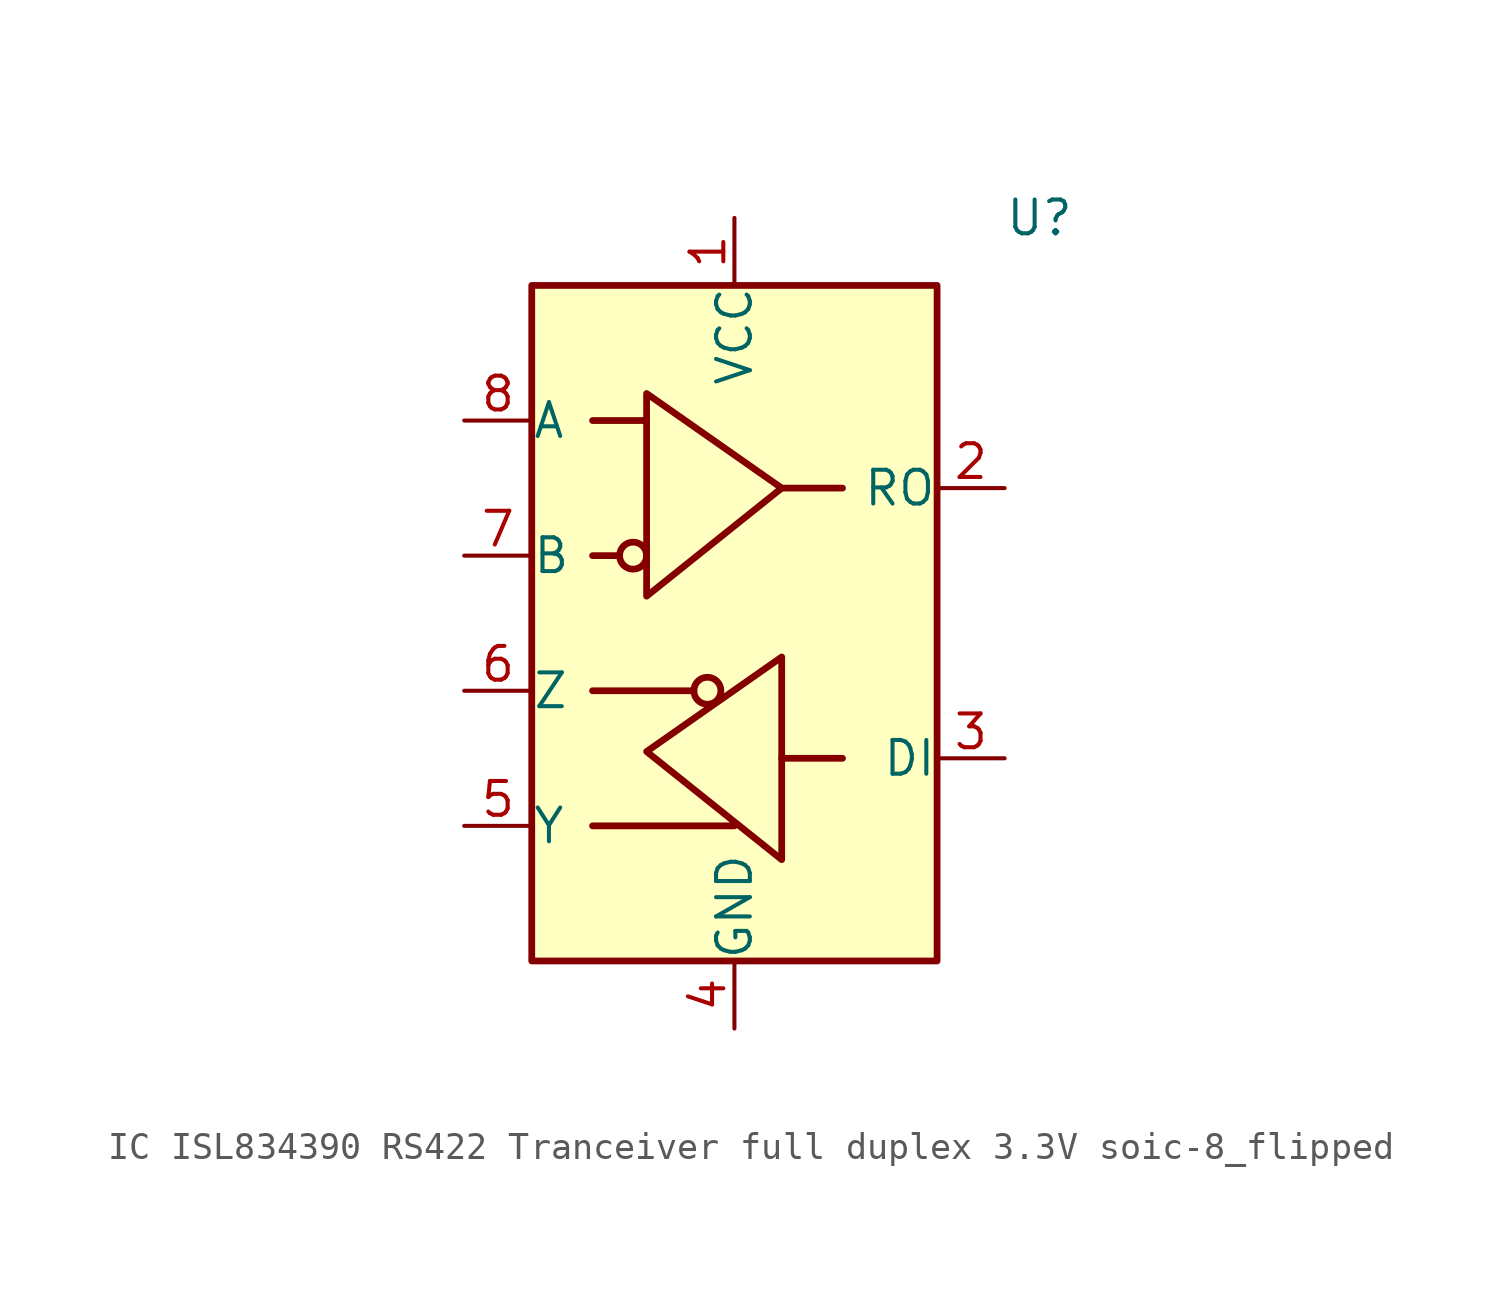
<source format=kicad_sym>
(kicad_symbol_lib
  (version 20241209)
  (generator "kicad_symbol_editor")
  (generator_version "9.0")
  (symbol "IC ISL834390 RS422 Tranceiver full duplex 3.3V soic-8_flipped"
    (pin_names
      (offset 0.002))
    (property "Reference" "U"
      (at 10.16 15.24 0)
      (effects (font (size 1.27 1.27)) (justify left)))
    (symbol "IC ISL834390 RS422 Tranceiver full duplex 3.3V soic-8_flipped_0_1"
      (rectangle (start -7.62 -12.7) (end 7.62 12.7) (stroke (width 0.254) (type default)) (fill (type background)))
      (polyline (pts (xy -4.318 2.54) (xy -5.334 2.54)) (stroke (width 0.254) (type default)) (fill (type none)))
      (polyline (pts (xy -3.302 7.62) (xy -5.334 7.62)) (stroke (width 0.254) (type default)) (fill (type none)))
      (polyline (pts (xy -1.524 -2.54) (xy -5.334 -2.54)) (stroke (width 0.254) (type default)) (fill (type none)))
      (circle (center -1.016 -2.54) (radius 0.508) (stroke (width 0.254) (type default)) (fill (type none)))
      (polyline (pts (xy 0 -7.62) (xy -5.334 -7.62)) (stroke (width 0.254) (type default)) (fill (type none)))
      (polyline (pts (xy 1.778 5.08) (xy 4.064 5.08)) (stroke (width 0.254) (type default)) (fill (type none)))
      (polyline (pts (xy 1.778 -5.08) (xy 4.064 -5.08)) (stroke (width 0.254) (type default)) (fill (type none)))
      (polyline (pts (xy 1.778 -5.08) (xy 1.778 -1.27) (xy -3.302 -4.826) (xy 1.778 -8.89) (xy 1.778 -5.08)) (stroke (width 0.254) (type default)) (fill (type none))))
    (symbol "IC ISL834390 RS422 Tranceiver full duplex 3.3V soic-8_flipped_1_1"
      (circle (center -3.81 2.54) (radius 0.508) (stroke (width 0.254) (type default)) (fill (type none)))
      (polyline (pts (xy -3.302 4.826) (xy -3.302 8.636) (xy 1.778 5.08) (xy -3.302 1.016) (xy -3.302 4.826)) (stroke (width 0.254) (type default)) (fill (type none)))
      (pin input line (at -10.16 7.62 0) (length 2.54) (name "A" (effects (font (size 1.27 1.27)))) (number "8" (effects (font (size 1.27 1.27)))))
      (pin input line (at -10.16 2.54 0) (length 2.54) (name "B" (effects (font (size 1.27 1.27)))) (number "7" (effects (font (size 1.27 1.27)))))
      (pin output line (at -10.16 -2.54 0) (length 2.54) (name "Z" (effects (font (size 1.27 1.27)))) (number "6" (effects (font (size 1.27 1.27)))))
      (pin output line (at -10.16 -7.62 0) (length 2.54) (name "Y" (effects (font (size 1.27 1.27)))) (number "5" (effects (font (size 1.27 1.27)))))
      (pin power_in line (at 0 15.24 270) (length 2.54) (name "VCC" (effects (font (size 1.27 1.27)))) (number "1" (effects (font (size 1.27 1.27)))))
      (pin power_in line (at 0 -15.24 90) (length 2.54) (name "GND" (effects (font (size 1.27 1.27)))) (number "4" (effects (font (size 1.27 1.27)))))
      (pin output line (at 10.16 5.08 180) (length 2.54) (name "RO" (effects (font (size 1.27 1.27)))) (number "2" (effects (font (size 1.27 1.27)))))
      (pin input line (at 10.16 -5.08 180) (length 2.54) (name "DI" (effects (font (size 1.27 1.27)))) (number "3" (effects (font (size 1.27 1.27))))))))
</source>
